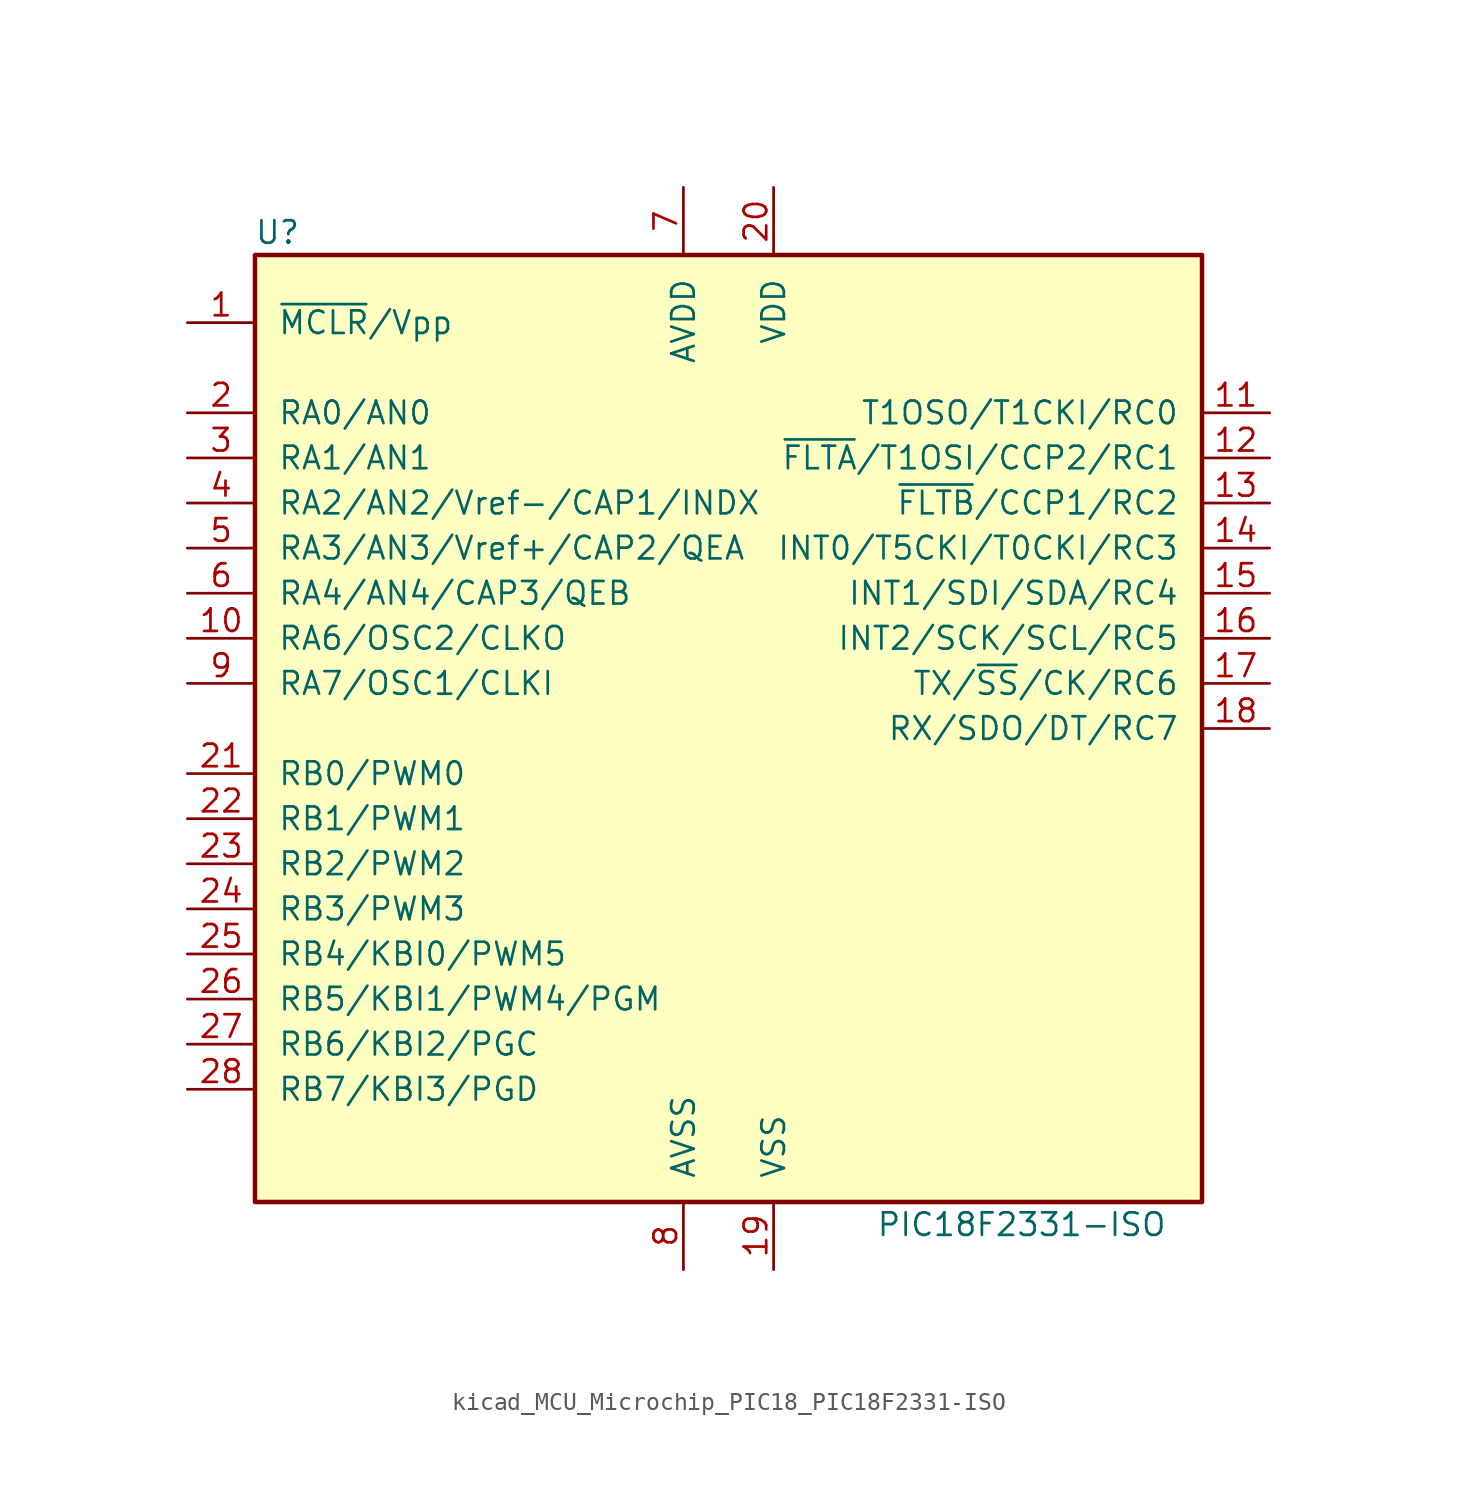
<source format=kicad_sym>
(kicad_symbol_lib
  (version 20220914)
  (generator kicad_symbol_editor)
  (symbol "kicad_MCU_Microchip_PIC18_PIC18F2331-ISO"
    (pin_names
      (offset 1.27))
    (property "Reference" "U"
      (at -25.4 27.94 0)
      (effects (font (size 1.27 1.27))))
    (property "Value" "PIC18F2331-ISO"
      (at 16.51 -27.94 0)
      (effects (font (size 1.27 1.27))))
    (symbol "kicad_MCU_Microchip_PIC18_PIC18F2331-ISO_0_1"
      (rectangle (start -26.67 26.67) (end 26.67 -26.67) (stroke (width 0.254) (type default)) (fill (type background))))
    (symbol "kicad_MCU_Microchip_PIC18_PIC18F2331-ISO_1_1"
      (pin input line (at -30.48 22.86 0) (length 3.81) (name "~{MCLR}/Vpp" (effects (font (size 1.27 1.27)))) (number "1" (effects (font (size 1.27 1.27)))))
      (pin bidirectional line (at -30.48 5.08 0) (length 3.81) (name "RA6/OSC2/CLKO" (effects (font (size 1.27 1.27)))) (number "10" (effects (font (size 1.27 1.27)))))
      (pin bidirectional line (at 30.48 17.78 180) (length 3.81) (name "T1OSO/T1CKI/RC0" (effects (font (size 1.27 1.27)))) (number "11" (effects (font (size 1.27 1.27)))))
      (pin bidirectional line (at 30.48 15.24 180) (length 3.81) (name "~{FLTA}/T1OSI/CCP2/RC1" (effects (font (size 1.27 1.27)))) (number "12" (effects (font (size 1.27 1.27)))))
      (pin bidirectional line (at 30.48 12.7 180) (length 3.81) (name "~{FLTB}/CCP1/RC2" (effects (font (size 1.27 1.27)))) (number "13" (effects (font (size 1.27 1.27)))))
      (pin bidirectional line (at 30.48 10.16 180) (length 3.81) (name "INT0/T5CKI/T0CKI/RC3" (effects (font (size 1.27 1.27)))) (number "14" (effects (font (size 1.27 1.27)))))
      (pin bidirectional line (at 30.48 7.62 180) (length 3.81) (name "INT1/SDI/SDA/RC4" (effects (font (size 1.27 1.27)))) (number "15" (effects (font (size 1.27 1.27)))))
      (pin bidirectional line (at 30.48 5.08 180) (length 3.81) (name "INT2/SCK/SCL/RC5" (effects (font (size 1.27 1.27)))) (number "16" (effects (font (size 1.27 1.27)))))
      (pin bidirectional line (at 30.48 2.54 180) (length 3.81) (name "TX/~{SS}/CK/RC6" (effects (font (size 1.27 1.27)))) (number "17" (effects (font (size 1.27 1.27)))))
      (pin bidirectional line (at 30.48 0 180) (length 3.81) (name "RX/SDO/DT/RC7" (effects (font (size 1.27 1.27)))) (number "18" (effects (font (size 1.27 1.27)))))
      (pin power_in line (at 2.54 -30.48 90) (length 3.81) (name "VSS" (effects (font (size 1.27 1.27)))) (number "19" (effects (font (size 1.27 1.27)))))
      (pin bidirectional line (at -30.48 17.78 0) (length 3.81) (name "RA0/AN0" (effects (font (size 1.27 1.27)))) (number "2" (effects (font (size 1.27 1.27)))))
      (pin power_in line (at 2.54 30.48 270) (length 3.81) (name "VDD" (effects (font (size 1.27 1.27)))) (number "20" (effects (font (size 1.27 1.27)))))
      (pin bidirectional line (at -30.48 -2.54 0) (length 3.81) (name "RB0/PWM0" (effects (font (size 1.27 1.27)))) (number "21" (effects (font (size 1.27 1.27)))))
      (pin bidirectional line (at -30.48 -5.08 0) (length 3.81) (name "RB1/PWM1" (effects (font (size 1.27 1.27)))) (number "22" (effects (font (size 1.27 1.27)))))
      (pin bidirectional line (at -30.48 -7.62 0) (length 3.81) (name "RB2/PWM2" (effects (font (size 1.27 1.27)))) (number "23" (effects (font (size 1.27 1.27)))))
      (pin bidirectional line (at -30.48 -10.16 0) (length 3.81) (name "RB3/PWM3" (effects (font (size 1.27 1.27)))) (number "24" (effects (font (size 1.27 1.27)))))
      (pin bidirectional line (at -30.48 -12.7 0) (length 3.81) (name "RB4/KBI0/PWM5" (effects (font (size 1.27 1.27)))) (number "25" (effects (font (size 1.27 1.27)))))
      (pin bidirectional line (at -30.48 -15.24 0) (length 3.81) (name "RB5/KBI1/PWM4/PGM" (effects (font (size 1.27 1.27)))) (number "26" (effects (font (size 1.27 1.27)))))
      (pin bidirectional line (at -30.48 -17.78 0) (length 3.81) (name "RB6/KBI2/PGC" (effects (font (size 1.27 1.27)))) (number "27" (effects (font (size 1.27 1.27)))))
      (pin bidirectional line (at -30.48 -20.32 0) (length 3.81) (name "RB7/KBI3/PGD" (effects (font (size 1.27 1.27)))) (number "28" (effects (font (size 1.27 1.27)))))
      (pin bidirectional line (at -30.48 15.24 0) (length 3.81) (name "RA1/AN1" (effects (font (size 1.27 1.27)))) (number "3" (effects (font (size 1.27 1.27)))))
      (pin bidirectional line (at -30.48 12.7 0) (length 3.81) (name "RA2/AN2/Vref-/CAP1/INDX" (effects (font (size 1.27 1.27)))) (number "4" (effects (font (size 1.27 1.27)))))
      (pin bidirectional line (at -30.48 10.16 0) (length 3.81) (name "RA3/AN3/Vref+/CAP2/QEA" (effects (font (size 1.27 1.27)))) (number "5" (effects (font (size 1.27 1.27)))))
      (pin bidirectional line (at -30.48 7.62 0) (length 3.81) (name "RA4/AN4/CAP3/QEB" (effects (font (size 1.27 1.27)))) (number "6" (effects (font (size 1.27 1.27)))))
      (pin power_in line (at -2.54 30.48 270) (length 3.81) (name "AVDD" (effects (font (size 1.27 1.27)))) (number "7" (effects (font (size 1.27 1.27)))))
      (pin power_in line (at -2.54 -30.48 90) (length 3.81) (name "AVSS" (effects (font (size 1.27 1.27)))) (number "8" (effects (font (size 1.27 1.27)))))
      (pin bidirectional line (at -30.48 2.54 0) (length 3.81) (name "RA7/OSC1/CLKI" (effects (font (size 1.27 1.27)))) (number "9" (effects (font (size 1.27 1.27))))))))
</source>
